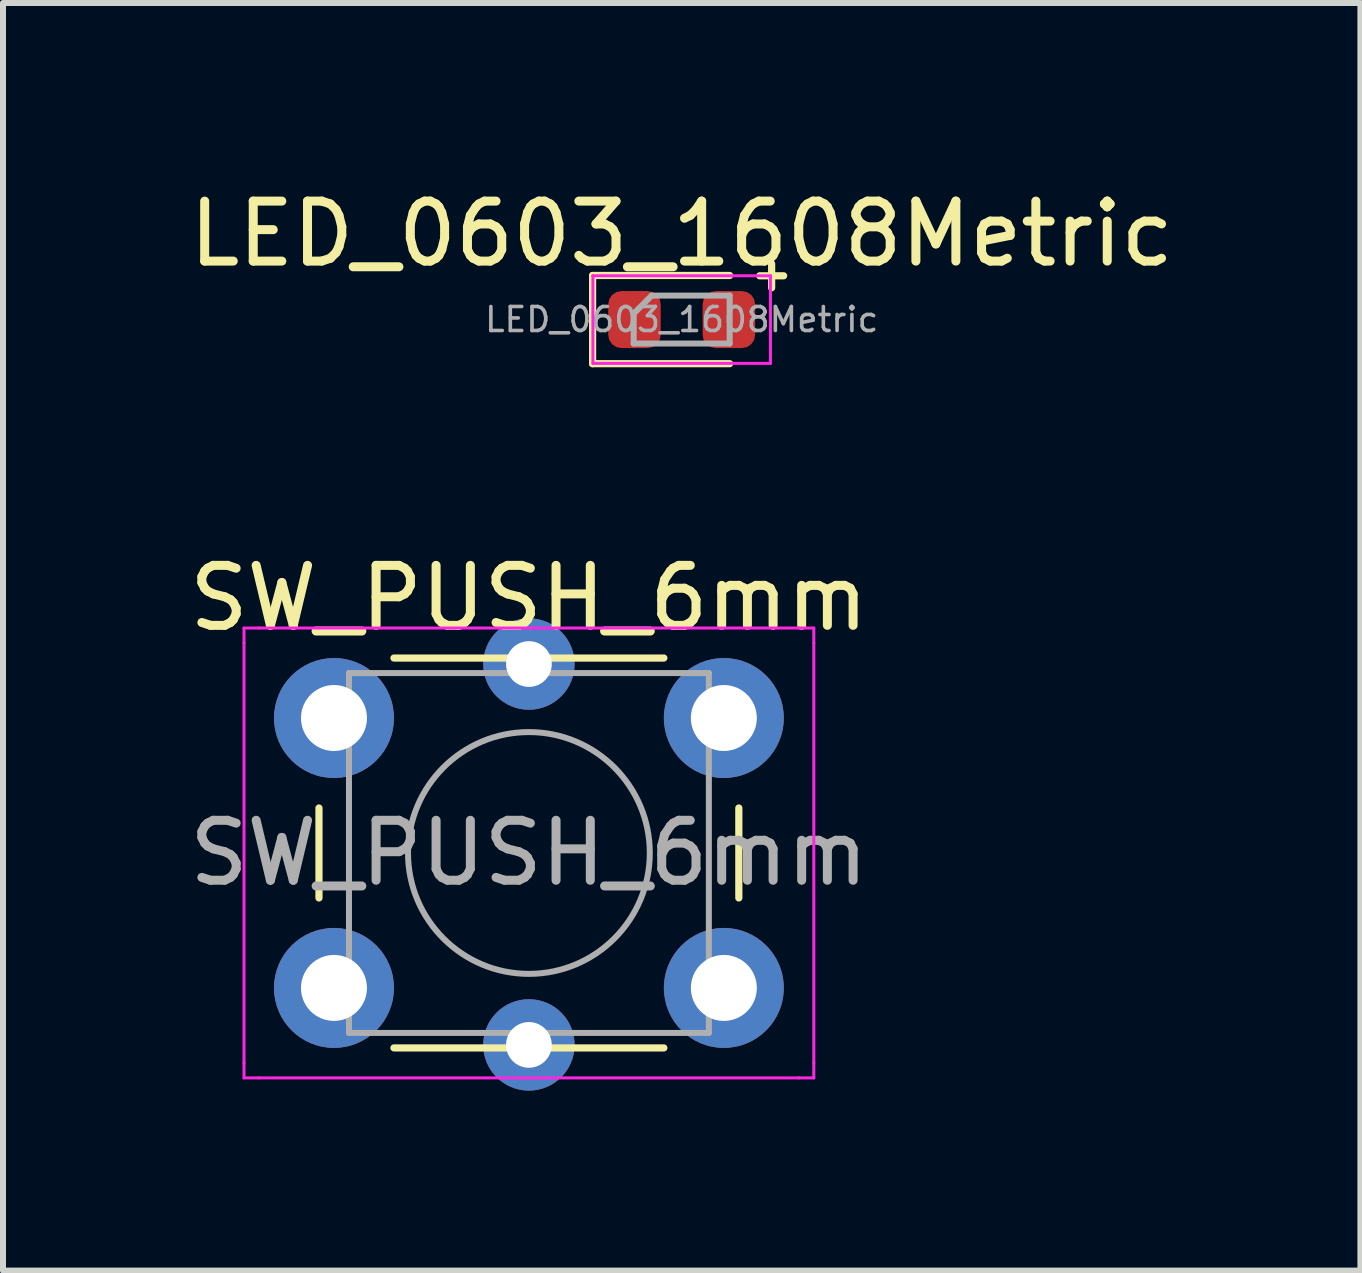
<source format=kicad_pcb>
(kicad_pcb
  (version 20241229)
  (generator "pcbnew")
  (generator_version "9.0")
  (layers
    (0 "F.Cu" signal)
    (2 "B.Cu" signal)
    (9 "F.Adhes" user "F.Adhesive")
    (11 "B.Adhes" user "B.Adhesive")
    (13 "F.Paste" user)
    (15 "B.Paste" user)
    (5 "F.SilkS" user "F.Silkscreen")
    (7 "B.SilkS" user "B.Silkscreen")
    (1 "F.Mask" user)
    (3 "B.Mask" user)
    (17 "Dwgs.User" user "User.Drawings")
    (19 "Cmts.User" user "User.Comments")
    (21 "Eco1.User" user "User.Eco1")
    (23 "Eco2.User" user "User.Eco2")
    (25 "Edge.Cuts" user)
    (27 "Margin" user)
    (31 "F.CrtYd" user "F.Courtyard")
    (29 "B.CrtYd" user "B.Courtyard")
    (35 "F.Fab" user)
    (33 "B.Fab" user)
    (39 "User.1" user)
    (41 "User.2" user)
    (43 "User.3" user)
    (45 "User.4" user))
  (footprint "SW_PUSH_6mm"
    (layer "F.Cu")
    (at 2.518 8.921)
    (property "Reference" "SW_PUSH_6mm" (at 3.25 -2 0) (layer "F.SilkS") (effects (font (size 1 1) (thickness 0.15))))
    (attr through_hole)
    (fp_line (start -0.25 1.5) (end -0.25 3) (stroke (width 0.12) (type solid)) (layer "F.SilkS"))
    (fp_line (start 1 5.5) (end 5.5 5.5) (stroke (width 0.12) (type solid)) (layer "F.SilkS"))
    (fp_line (start 5.5 -1) (end 1 -1) (stroke (width 0.12) (type solid)) (layer "F.SilkS"))
    (fp_line (start 6.75 3) (end 6.75 1.5) (stroke (width 0.12) (type solid)) (layer "F.SilkS"))
    (fp_line (start -1.5 -1.5) (end -1.25 -1.5) (stroke (width 0.05) (type solid)) (layer "F.CrtYd"))
    (fp_line (start -1.5 -1.25) (end -1.5 -1.5) (stroke (width 0.05) (type solid)) (layer "F.CrtYd"))
    (fp_line (start -1.5 5.75) (end -1.5 -1.25) (stroke (width 0.05) (type solid)) (layer "F.CrtYd"))
    (fp_line (start -1.5 5.75) (end -1.5 6) (stroke (width 0.05) (type solid)) (layer "F.CrtYd"))
    (fp_line (start -1.5 6) (end -1.25 6) (stroke (width 0.05) (type solid)) (layer "F.CrtYd"))
    (fp_line (start -1.25 -1.5) (end 7.75 -1.5) (stroke (width 0.05) (type solid)) (layer "F.CrtYd"))
    (fp_line (start 7.75 -1.5) (end 8 -1.5) (stroke (width 0.05) (type solid)) (layer "F.CrtYd"))
    (fp_line (start 7.75 6) (end -1.25 6) (stroke (width 0.05) (type solid)) (layer "F.CrtYd"))
    (fp_line (start 7.75 6) (end 8 6) (stroke (width 0.05) (type solid)) (layer "F.CrtYd"))
    (fp_line (start 8 -1.5) (end 8 -1.25) (stroke (width 0.05) (type solid)) (layer "F.CrtYd"))
    (fp_line (start 8 -1.25) (end 8 5.75) (stroke (width 0.05) (type solid)) (layer "F.CrtYd"))
    (fp_line (start 8 6) (end 8 5.75) (stroke (width 0.05) (type solid)) (layer "F.CrtYd"))
    (fp_line (start 0.25 -0.75) (end 3.25 -0.75) (stroke (width 0.1) (type solid)) (layer "F.Fab"))
    (fp_line (start 0.25 5.25) (end 0.25 -0.75) (stroke (width 0.1) (type solid)) (layer "F.Fab"))
    (fp_line (start 3.25 -0.75) (end 6.25 -0.75) (stroke (width 0.1) (type solid)) (layer "F.Fab"))
    (fp_line (start 6.25 -0.75) (end 6.25 5.25) (stroke (width 0.1) (type solid)) (layer "F.Fab"))
    (fp_line (start 6.25 5.25) (end 0.25 5.25) (stroke (width 0.1) (type solid)) (layer "F.Fab"))
    (fp_circle (center 3.25 2.25) (end 1.25 2.5) (stroke (width 0.1) (type solid)) (fill no) (layer "F.Fab"))
    (fp_text user "${REFERENCE}" (at 3.25 2.25 0) (layer "F.Fab") (effects (font (size 1 1) (thickness 0.15))))
    (pad "1" thru_hole circle (at 0 0 90) (size 2 2) (drill 1.1) (layers "*.Cu" "*.Mask"))
    (pad "1" thru_hole circle (at 6.5 0 90) (size 2 2) (drill 1.1) (layers "*.Cu" "*.Mask"))
    (pad "2" thru_hole circle (at 0 4.5 90) (size 2 2) (drill 1.1) (layers "*.Cu" "*.Mask"))
    (pad "2" thru_hole circle (at 6.5 4.5 90) (size 2 2) (drill 1.1) (layers "*.Cu" "*.Mask"))
    (pad "3" thru_hole circle (at 3.25 -0.9) (size 1.524 1.524) (drill 0.762) (layers "*.Cu" "*.Mask"))
    (pad "4" thru_hole circle (at 3.25 5.45) (size 1.524 1.524) (drill 0.762) (layers "*.Cu" "*.Mask")))
  (footprint "LED_0603_1608Metric"
    (layer "F.Cu")
    (at 8.315 2.278)
    (property "Reference" "LED_0603_1608Metric" (at 0 -1.43 0) (layer "F.SilkS") (effects (font (size 1 1) (thickness 0.15))))
    (attr smd)
    (fp_line (start -1.485 -0.735) (end -1.485 0.735) (stroke (width 0.12) (type solid)) (layer "F.SilkS"))
    (fp_line (start -1.485 0.735) (end 0.8 0.735) (stroke (width 0.12) (type solid)) (layer "F.SilkS"))
    (fp_line (start 0.8 -0.735) (end -1.485 -0.735) (stroke (width 0.12) (type solid)) (layer "F.SilkS"))
    (fp_line (start 1.3 -0.73) (end 1.7 -0.73) (stroke (width 0.12) (type solid)) (layer "F.SilkS"))
    (fp_line (start 1.5 -0.93) (end 1.5 -0.53) (stroke (width 0.12) (type solid)) (layer "F.SilkS"))
    (fp_line (start -1.48 -0.73) (end 1.48 -0.73) (stroke (width 0.05) (type solid)) (layer "F.CrtYd"))
    (fp_line (start -1.48 0.73) (end -1.48 -0.73) (stroke (width 0.05) (type solid)) (layer "F.CrtYd"))
    (fp_line (start 1.48 -0.73) (end 1.48 0.73) (stroke (width 0.05) (type solid)) (layer "F.CrtYd"))
    (fp_line (start 1.48 0.73) (end -1.48 0.73) (stroke (width 0.05) (type solid)) (layer "F.CrtYd"))
    (fp_line (start -0.8 -0.1) (end -0.8 0.4) (stroke (width 0.1) (type solid)) (layer "F.Fab"))
    (fp_line (start -0.8 0.4) (end 0.8 0.4) (stroke (width 0.1) (type solid)) (layer "F.Fab"))
    (fp_line (start -0.5 -0.4) (end -0.8 -0.1) (stroke (width 0.1) (type solid)) (layer "F.Fab"))
    (fp_line (start 0.8 -0.4) (end -0.5 -0.4) (stroke (width 0.1) (type solid)) (layer "F.Fab"))
    (fp_line (start 0.8 0.4) (end 0.8 -0.4) (stroke (width 0.1) (type solid)) (layer "F.Fab"))
    (fp_text user "${REFERENCE}" (at 0 0 0) (layer "F.Fab") (effects (font (size 0.4 0.4) (thickness 0.06))))
    (pad "1" smd roundrect (at -0.787 0) (size 0.875 0.95) (layers "F.Cu" "F.Mask" "F.Paste") (roundrect_rratio 0.25))
    (pad "2" smd roundrect (at 0.787 0) (size 0.875 0.95) (layers "F.Cu" "F.Mask" "F.Paste") (roundrect_rratio 0.25)))
  (gr_rect
    (start -3 -3)
    (end 19.631 18.134)
    (stroke (width 0.1) (type default))
    (fill no)
    (layer "Edge.Cuts")))
</source>
